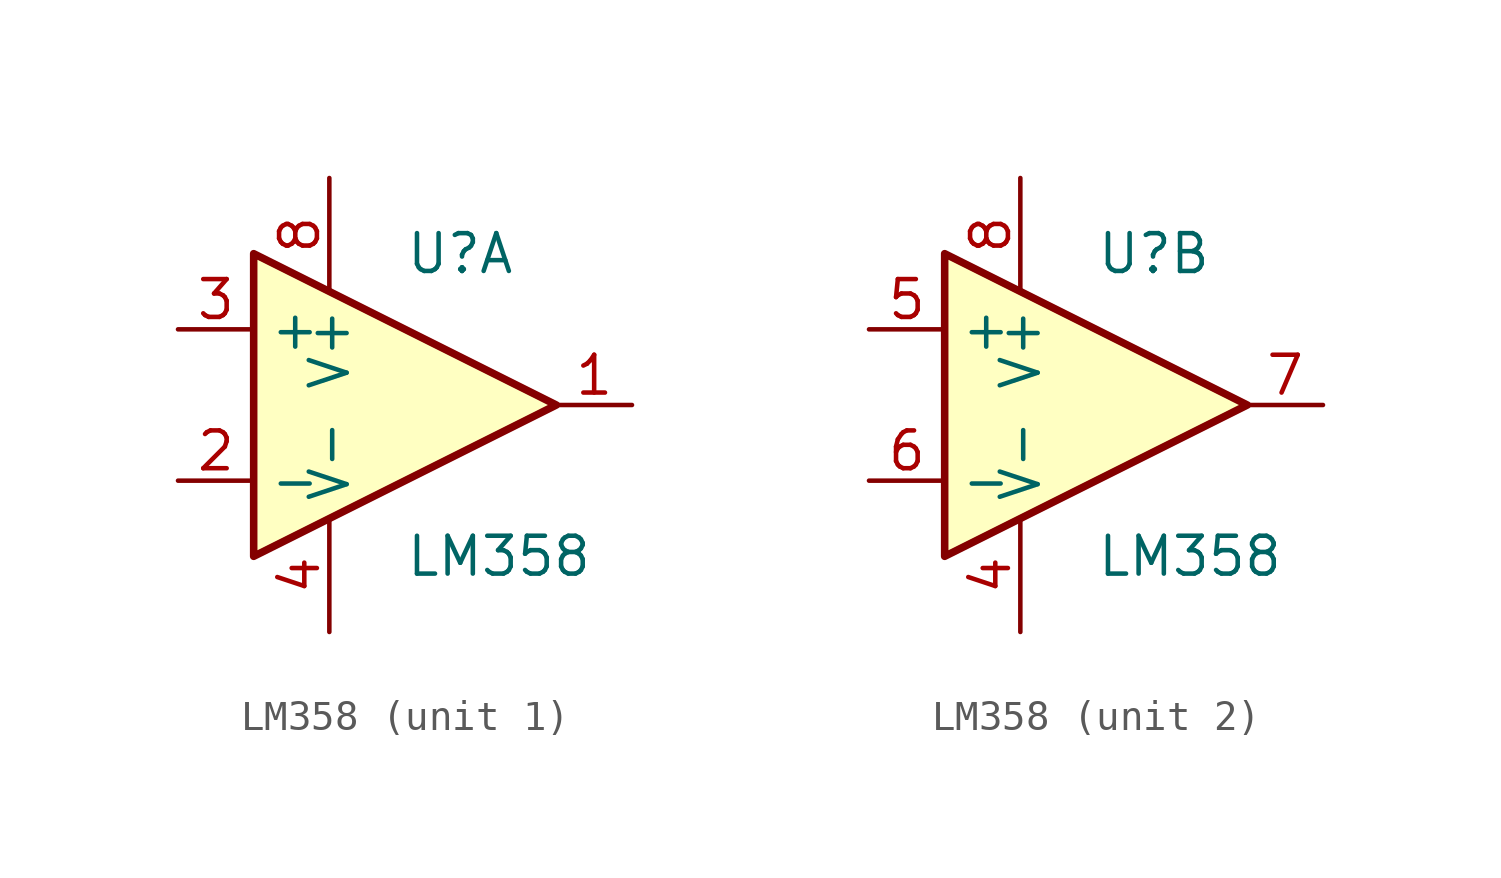
<source format=kicad_sym>
(kicad_symbol_lib
  (version 20211014)
  (generator kicad_symbol_editor)
  (symbol "LM358"
    (property "Reference" "U"
      (at 0 5.08 0)
      (effects (font (size 1.27 1.27)) (justify left)))
    (property "Value" "LM358"
      (at 0 -5.08 0)
      (effects (font (size 1.27 1.27)) (justify left)))
    (symbol "LM358_0_1"
      (polyline (pts (xy -5.08 5.08) (xy 5.08 0) (xy -5.08 -5.08) (xy -5.08 5.08)) (stroke (width 0.254) (type default) (color 0 0 0 0)) (fill (type background)))
      (pin power_in line (at -2.54 -7.62 90) (length 3.81) (name "V-" (effects (font (size 1.27 1.27)))) (number "4" (effects (font (size 1.27 1.27)))))
      (pin power_in line (at -2.54 7.62 270) (length 3.81) (name "V+" (effects (font (size 1.27 1.27)))) (number "8" (effects (font (size 1.27 1.27))))))
    (symbol "LM358_1_1"
      (pin output line (at 7.62 0 180) (length 2.54) (name "~" (effects (font (size 1.27 1.27)))) (number "1" (effects (font (size 1.27 1.27)))))
      (pin input line (at -7.62 -2.54 0) (length 2.54) (name "-" (effects (font (size 1.27 1.27)))) (number "2" (effects (font (size 1.27 1.27)))))
      (pin input line (at -7.62 2.54 0) (length 2.54) (name "+" (effects (font (size 1.27 1.27)))) (number "3" (effects (font (size 1.27 1.27))))))
    (symbol "LM358_2_1"
      (pin input line (at -7.62 2.54 0) (length 2.54) (name "+" (effects (font (size 1.27 1.27)))) (number "5" (effects (font (size 1.27 1.27)))))
      (pin input line (at -7.62 -2.54 0) (length 2.54) (name "-" (effects (font (size 1.27 1.27)))) (number "6" (effects (font (size 1.27 1.27)))))
      (pin output line (at 7.62 0 180) (length 2.54) (name "~" (effects (font (size 1.27 1.27)))) (number "7" (effects (font (size 1.27 1.27))))))))
</source>
